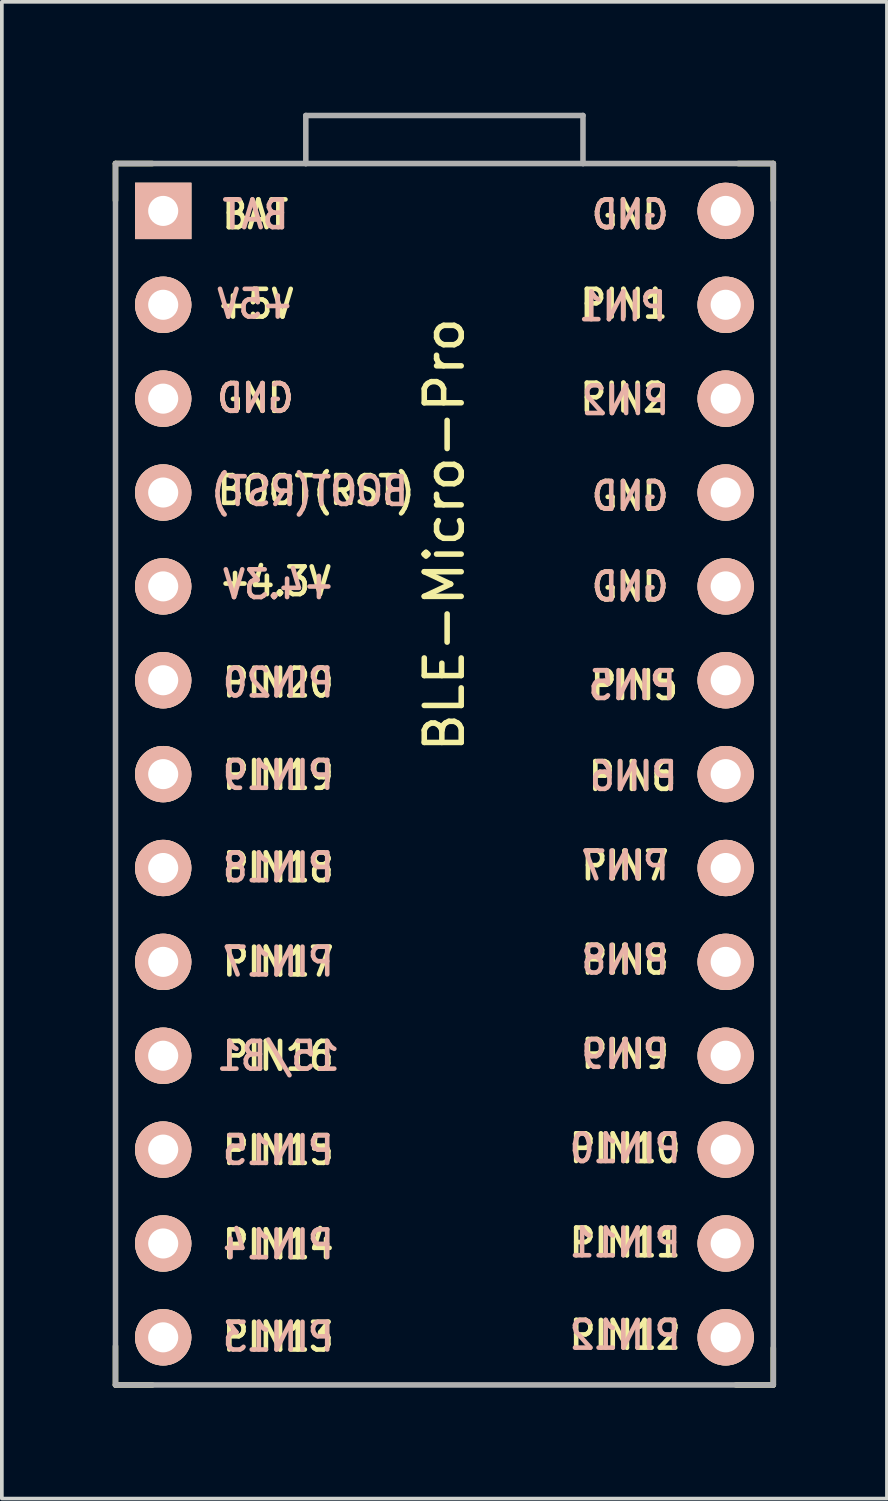
<source format=kicad_pcb>
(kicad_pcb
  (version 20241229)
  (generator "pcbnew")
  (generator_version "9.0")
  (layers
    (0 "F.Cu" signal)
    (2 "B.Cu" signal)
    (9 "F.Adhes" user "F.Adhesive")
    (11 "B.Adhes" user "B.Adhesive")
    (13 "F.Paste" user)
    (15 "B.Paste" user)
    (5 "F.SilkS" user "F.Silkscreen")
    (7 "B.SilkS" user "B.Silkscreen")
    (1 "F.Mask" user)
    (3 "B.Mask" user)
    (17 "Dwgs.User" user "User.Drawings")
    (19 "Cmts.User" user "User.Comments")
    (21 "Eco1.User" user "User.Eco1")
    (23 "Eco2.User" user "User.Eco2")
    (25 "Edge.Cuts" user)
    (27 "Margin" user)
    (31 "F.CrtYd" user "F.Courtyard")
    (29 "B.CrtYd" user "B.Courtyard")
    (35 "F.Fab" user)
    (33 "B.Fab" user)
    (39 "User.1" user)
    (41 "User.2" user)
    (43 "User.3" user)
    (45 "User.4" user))
  (footprint "BLE-Micro-Pro"
    (layer "F.Cu")
    (at 8.975 19.675)
    (property "Reference" "BLE-Micro-Pro" (at 0 -8.255 270) (layer "F.SilkS") (effects (font (size 1 1) (thickness 0.15))))
    (attr through_hole)
    (fp_line (start -8.9 -18.3) (end -8.9 -17.3) (stroke (width 0.15) (type solid)) (layer "F.SilkS"))
    (fp_line (start -8.9 -18.3) (end -7.9 -18.3) (stroke (width 0.15) (type solid)) (layer "F.SilkS"))
    (fp_line (start -8.9 13.7) (end -8.9 14.75) (stroke (width 0.15) (type solid)) (layer "F.SilkS"))
    (fp_line (start -8.9 14.75) (end -7.9 14.75) (stroke (width 0.15) (type solid)) (layer "F.SilkS"))
    (fp_line (start 8.9 -18.3) (end 7.95 -18.3) (stroke (width 0.15) (type solid)) (layer "F.SilkS"))
    (fp_line (start 8.9 -18.3) (end 8.9 -17.3) (stroke (width 0.15) (type solid)) (layer "F.SilkS"))
    (fp_line (start 8.9 13.75) (end 8.9 14.75) (stroke (width 0.15) (type solid)) (layer "F.SilkS"))
    (fp_line (start 8.9 14.75) (end 7.89 14.75) (stroke (width 0.15) (type solid)) (layer "F.SilkS"))
    (fp_line (start -8.9 -18.3) (end -3.75 -18.3) (stroke (width 0.15) (type solid)) (layer "F.Fab"))
    (fp_line (start -8.9 14.75) (end -8.9 -18.3) (stroke (width 0.15) (type solid)) (layer "F.Fab"))
    (fp_line (start -3.75 -19.6) (end -3.75 -18.299) (stroke (width 0.15) (type solid)) (layer "F.Fab"))
    (fp_line (start -3.75 -19.6) (end 3.75 -19.6) (stroke (width 0.15) (type solid)) (layer "F.Fab"))
    (fp_line (start -3.75 -18.3) (end 3.75 -18.3) (stroke (width 0.15) (type solid)) (layer "F.Fab"))
    (fp_line (start 3.75 -19.6) (end 3.75 -18.3) (stroke (width 0.15) (type solid)) (layer "F.Fab"))
    (fp_line (start 3.76 -18.3) (end 8.9 -18.3) (stroke (width 0.15) (type solid)) (layer "F.Fab"))
    (fp_line (start 8.9 -18.3) (end 8.9 14.75) (stroke (width 0.15) (type solid)) (layer "F.Fab"))
    (fp_line (start 8.9 14.75) (end -8.9 14.75) (stroke (width 0.15) (type solid)) (layer "F.Fab"))
    (fp_text user "PIN11" (at 4.89 10.9 0) (unlocked yes) (layer "F.SilkS") (effects (font (size 0.75 0.67) (thickness 0.125))))
    (fp_text user "PIN15" (at -4.495 8.4 0) (unlocked yes) (layer "F.SilkS") (effects (font (size 0.75 0.67) (thickness 0.125))))
    (fp_text user "PIN19" (at -4.495 -1.75 0) (unlocked yes) (layer "F.SilkS") (effects (font (size 0.75 0.67) (thickness 0.125))))
    (fp_text user "PIN20" (at -4.495 -4.25 0) (unlocked yes) (layer "F.SilkS") (effects (font (size 0.75 0.67) (thickness 0.125))))
    (fp_text user "PIN6" (at 5.09 -1.72 0) (unlocked yes) (layer "F.SilkS") (effects (font (size 0.75 0.67) (thickness 0.125))))
    (fp_text user "PIN16" (at -4.495 5.85 0) (unlocked yes) (layer "F.SilkS") (effects (font (size 0.75 0.67) (thickness 0.125))))
    (fp_text user "GND" (at 5.025 -16.92 0) (unlocked yes) (layer "F.SilkS") (effects (font (size 0.75 0.67) (thickness 0.125))))
    (fp_text user "GND" (at -5.115 -11.95 0) (unlocked yes) (layer "F.SilkS") (effects (font (size 0.75 0.67) (thickness 0.125))))
    (fp_text user "PIN1" (at 4.86 -14.5 0) (unlocked yes) (layer "F.SilkS") (effects (font (size 0.75 0.67) (thickness 0.125))))
    (fp_text user "BOOT(RST)" (at -3.47 -9.46 0) (unlocked yes) (layer "F.SilkS") (effects (font (size 0.75 0.67) (thickness 0.125))))
    (fp_text user "PIN5" (at 5.14 -4.18 0) (unlocked yes) (layer "F.SilkS") (effects (font (size 0.75 0.67) (thickness 0.125))))
    (fp_text user "+4.3V" (at -4.58 -6.99 0) (unlocked yes) (layer "F.SilkS") (effects (font (size 0.75 0.67) (thickness 0.125))))
    (fp_text user "PIN14" (at -4.495 10.95 0) (unlocked yes) (layer "F.SilkS") (effects (font (size 0.75 0.67) (thickness 0.125))))
    (fp_text user "PIN9" (at 4.89 5.8 0) (unlocked yes) (layer "F.SilkS") (effects (font (size 0.75 0.67) (thickness 0.125))))
    (fp_text user "GND" (at 5.025 -6.85 0) (unlocked yes) (layer "F.SilkS") (effects (font (size 0.75 0.67) (thickness 0.125))))
    (fp_text user "BAT" (at -5.115 -16.92 0) (unlocked yes) (layer "F.SilkS") (effects (font (size 0.75 0.67) (thickness 0.125))))
    (fp_text user "PIN18" (at -4.495 0.75 0) (unlocked yes) (layer "F.SilkS") (effects (font (size 0.75 0.67) (thickness 0.125))))
    (fp_text user "PIN10" (at 4.89 8.35 0) (unlocked yes) (layer "F.SilkS") (effects (font (size 0.75 0.67) (thickness 0.125))))
    (fp_text user "PIN7" (at 4.89 0.7 0) (unlocked yes) (layer "F.SilkS") (effects (font (size 0.75 0.67) (thickness 0.125))))
    (fp_text user "PIN8" (at 4.89 3.25 0) (unlocked yes) (layer "F.SilkS") (effects (font (size 0.75 0.67) (thickness 0.125))))
    (fp_text user "GND" (at 5.025 -9.3 0) (unlocked yes) (layer "F.SilkS") (effects (font (size 0.75 0.67) (thickness 0.125))))
    (fp_text user "PIN12" (at 4.89 13.4 0) (unlocked yes) (layer "F.SilkS") (effects (font (size 0.75 0.67) (thickness 0.125))))
    (fp_text user "PIN2" (at 4.86 -11.96 0) (unlocked yes) (layer "F.SilkS") (effects (font (size 0.75 0.67) (thickness 0.125))))
    (fp_text user "+5V" (at -5.115 -14.5 0) (unlocked yes) (layer "F.SilkS") (effects (font (size 0.75 0.67) (thickness 0.125))))
    (fp_text user "PIN17" (at -4.495 3.3 0) (unlocked yes) (layer "F.SilkS") (effects (font (size 0.75 0.67) (thickness 0.125))))
    (fp_text user "PIN13" (at -4.495 13.45 0) (unlocked yes) (layer "F.SilkS") (effects (font (size 0.75 0.67) (thickness 0.125))))
    (fp_text user "GND" (at 5.025 -9.3 0) (unlocked yes) (layer "B.SilkS") (effects (font (size 0.75 0.67) (thickness 0.125)) (justify mirror)))
    (fp_text user "PIN6" (at 5.12 -1.72 0) (unlocked yes) (layer "B.SilkS") (effects (font (size 0.75 0.67) (thickness 0.125)) (justify mirror)))
    (fp_text user "BOOT(RST)" (at -3.65 -9.43 0) (unlocked yes) (layer "B.SilkS") (effects (font (size 0.75 0.67) (thickness 0.125)) (justify mirror)))
    (fp_text user "+4.3V" (at -4.48 -6.91 0) (unlocked yes) (layer "B.SilkS") (effects (font (size 0.75 0.67) (thickness 0.125)) (justify mirror)))
    (fp_text user "PIN8" (at 4.89 3.25 0) (unlocked yes) (layer "B.SilkS") (effects (font (size 0.75 0.67) (thickness 0.125)) (justify mirror)))
    (fp_text user "PIN5" (at 5.08 -4.18 0) (unlocked yes) (layer "B.SilkS") (effects (font (size 0.75 0.67) (thickness 0.125)) (justify mirror)))
    (fp_text user "PIN2" (at 4.9 -11.89 0) (unlocked yes) (layer "B.SilkS") (effects (font (size 0.75 0.67) (thickness 0.125)) (justify mirror)))
    (fp_text user "PIN18" (at -4.495 0.75 0) (unlocked yes) (layer "B.SilkS") (effects (font (size 0.75 0.67) (thickness 0.125)) (justify mirror)))
    (fp_text user "15/B1" (at -4.495 5.85 0) (unlocked yes) (layer "B.SilkS") (effects (font (size 0.75 0.67) (thickness 0.125)) (justify mirror)))
    (fp_text user "PIN20" (at -4.495 -4.25 0) (unlocked yes) (layer "B.SilkS") (effects (font (size 0.75 0.67) (thickness 0.125)) (justify mirror)))
    (fp_text user "PIN15" (at -4.495 8.4 0) (unlocked yes) (layer "B.SilkS") (effects (font (size 0.75 0.67) (thickness 0.125)) (justify mirror)))
    (fp_text user "BAT" (at -5.115 -16.92 0) (unlocked yes) (layer "B.SilkS") (effects (font (size 0.75 0.67) (thickness 0.125)) (justify mirror)))
    (fp_text user "GND" (at -5.115 -11.95 0) (unlocked yes) (layer "B.SilkS") (effects (font (size 0.75 0.67) (thickness 0.125)) (justify mirror)))
    (fp_text user "PIN14" (at -4.495 10.95 0) (unlocked yes) (layer "B.SilkS") (effects (font (size 0.75 0.67) (thickness 0.125)) (justify mirror)))
    (fp_text user "PIN1" (at 4.82 -14.43 0) (unlocked yes) (layer "B.SilkS") (effects (font (size 0.75 0.67) (thickness 0.125)) (justify mirror)))
    (fp_text user "PIN12" (at 4.89 13.4 0) (unlocked yes) (layer "B.SilkS") (effects (font (size 0.75 0.67) (thickness 0.125)) (justify mirror)))
    (fp_text user "PIN19" (at -4.495 -1.75 0) (unlocked yes) (layer "B.SilkS") (effects (font (size 0.75 0.67) (thickness 0.125)) (justify mirror)))
    (fp_text user "PIN9" (at 4.89 5.8 0) (unlocked yes) (layer "B.SilkS") (effects (font (size 0.75 0.67) (thickness 0.125)) (justify mirror)))
    (fp_text user "PIN10" (at 4.89 8.35 0) (unlocked yes) (layer "B.SilkS") (effects (font (size 0.75 0.67) (thickness 0.125)) (justify mirror)))
    (fp_text user "GND" (at 5.025 -6.85 0) (unlocked yes) (layer "B.SilkS") (effects (font (size 0.75 0.67) (thickness 0.125)) (justify mirror)))
    (fp_text user "PIN13" (at -4.495 13.45 0) (unlocked yes) (layer "B.SilkS") (effects (font (size 0.75 0.67) (thickness 0.125)) (justify mirror)))
    (fp_text user "PIN11" (at 4.89 10.9 0) (unlocked yes) (layer "B.SilkS") (effects (font (size 0.75 0.67) (thickness 0.125)) (justify mirror)))
    (fp_text user "PIN17" (at -4.495 3.3 0) (unlocked yes) (layer "B.SilkS") (effects (font (size 0.75 0.67) (thickness 0.125)) (justify mirror)))
    (fp_text user "GND" (at 5.025 -16.92 0) (unlocked yes) (layer "B.SilkS") (effects (font (size 0.75 0.67) (thickness 0.125)) (justify mirror)))
    (fp_text user "+5V" (at -5.115 -14.5 0) (unlocked yes) (layer "B.SilkS") (effects (font (size 0.75 0.67) (thickness 0.125)) (justify mirror)))
    (fp_text user "PIN7" (at 4.89 0.7 0) (unlocked yes) (layer "B.SilkS") (effects (font (size 0.75 0.67) (thickness 0.125)) (justify mirror)))
    (pad "1" thru_hole circle (at 7.611 -14.478) (size 1.524 1.524) (drill 0.813) (layers "*.Cu" "*.SilkS" "*.Mask"))
    (pad "2" thru_hole circle (at 7.611 -11.938) (size 1.524 1.524) (drill 0.813) (layers "*.Cu" "*.SilkS" "*.Mask"))
    (pad "3" thru_hole circle (at 7.611 -9.398) (size 1.524 1.524) (drill 0.813) (layers "*.Cu" "*.SilkS" "*.Mask"))
    (pad "4" thru_hole circle (at 7.611 -6.858) (size 1.524 1.524) (drill 0.813) (layers "*.Cu" "*.SilkS" "*.Mask"))
    (pad "5" thru_hole circle (at 7.611 -4.318) (size 1.524 1.524) (drill 0.813) (layers "*.Cu" "*.SilkS" "*.Mask"))
    (pad "6" thru_hole circle (at 7.611 -1.778) (size 1.524 1.524) (drill 0.813) (layers "*.Cu" "*.SilkS" "*.Mask"))
    (pad "7" thru_hole circle (at 7.611 0.762) (size 1.524 1.524) (drill 0.813) (layers "*.Cu" "*.SilkS" "*.Mask"))
    (pad "8" thru_hole circle (at 7.611 3.302) (size 1.524 1.524) (drill 0.813) (layers "*.Cu" "*.SilkS" "*.Mask"))
    (pad "9" thru_hole circle (at 7.611 5.842) (size 1.524 1.524) (drill 0.813) (layers "*.Cu" "*.SilkS" "*.Mask"))
    (pad "10" thru_hole circle (at 7.611 8.382) (size 1.524 1.524) (drill 0.813) (layers "*.Cu" "*.SilkS" "*.Mask"))
    (pad "11" thru_hole circle (at 7.611 10.922) (size 1.524 1.524) (drill 0.813) (layers "*.Cu" "*.SilkS" "*.Mask"))
    (pad "12" thru_hole circle (at 7.611 13.462) (size 1.524 1.524) (drill 0.813) (layers "*.Cu" "*.SilkS" "*.Mask"))
    (pad "13" thru_hole circle (at -7.609 13.462) (size 1.524 1.524) (drill 0.813) (layers "*.Cu" "*.SilkS" "*.Mask"))
    (pad "14" thru_hole circle (at -7.609 10.922) (size 1.524 1.524) (drill 0.813) (layers "*.Cu" "*.SilkS" "*.Mask"))
    (pad "15" thru_hole circle (at -7.609 8.382) (size 1.524 1.524) (drill 0.813) (layers "*.Cu" "*.SilkS" "*.Mask"))
    (pad "16" thru_hole circle (at -7.609 5.842) (size 1.524 1.524) (drill 0.813) (layers "*.Cu" "*.SilkS" "*.Mask"))
    (pad "17" thru_hole circle (at -7.609 3.302) (size 1.524 1.524) (drill 0.813) (layers "*.Cu" "*.SilkS" "*.Mask"))
    (pad "18" thru_hole circle (at -7.609 0.762) (size 1.524 1.524) (drill 0.813) (layers "*.Cu" "*.SilkS" "*.Mask"))
    (pad "19" thru_hole circle (at -7.609 -1.778) (size 1.524 1.524) (drill 0.813) (layers "*.Cu" "*.SilkS" "*.Mask"))
    (pad "20" thru_hole circle (at -7.609 -4.318) (size 1.524 1.524) (drill 0.813) (layers "*.Cu" "*.SilkS" "*.Mask"))
    (pad "21" thru_hole circle (at -7.609 -6.858) (size 1.524 1.524) (drill 0.813) (layers "*.Cu" "*.SilkS" "*.Mask"))
    (pad "22" thru_hole circle (at -7.609 -9.398) (size 1.524 1.524) (drill 0.813) (layers "*.Cu" "*.SilkS" "*.Mask"))
    (pad "23" thru_hole circle (at -7.609 -11.938) (size 1.524 1.524) (drill 0.813) (layers "*.Cu" "*.SilkS" "*.Mask"))
    (pad "24" thru_hole circle (at -7.609 -14.478) (size 1.524 1.524) (drill 0.813) (layers "*.Cu" "*.SilkS" "*.Mask"))
    (pad "25" thru_hole rect (at -7.609 -17.018) (size 1.524 1.524) (drill 0.813) (layers "*.Cu" "*.SilkS" "*.Mask"))
    (pad "26" thru_hole circle (at 7.611 -17.018) (size 1.524 1.524) (drill 0.813) (layers "*.Cu" "*.SilkS" "*.Mask")))
  (gr_rect
    (start -3 -3)
    (end 20.95 37.5)
    (stroke (width 0.1) (type default))
    (fill no)
    (layer "Edge.Cuts")))
</source>
